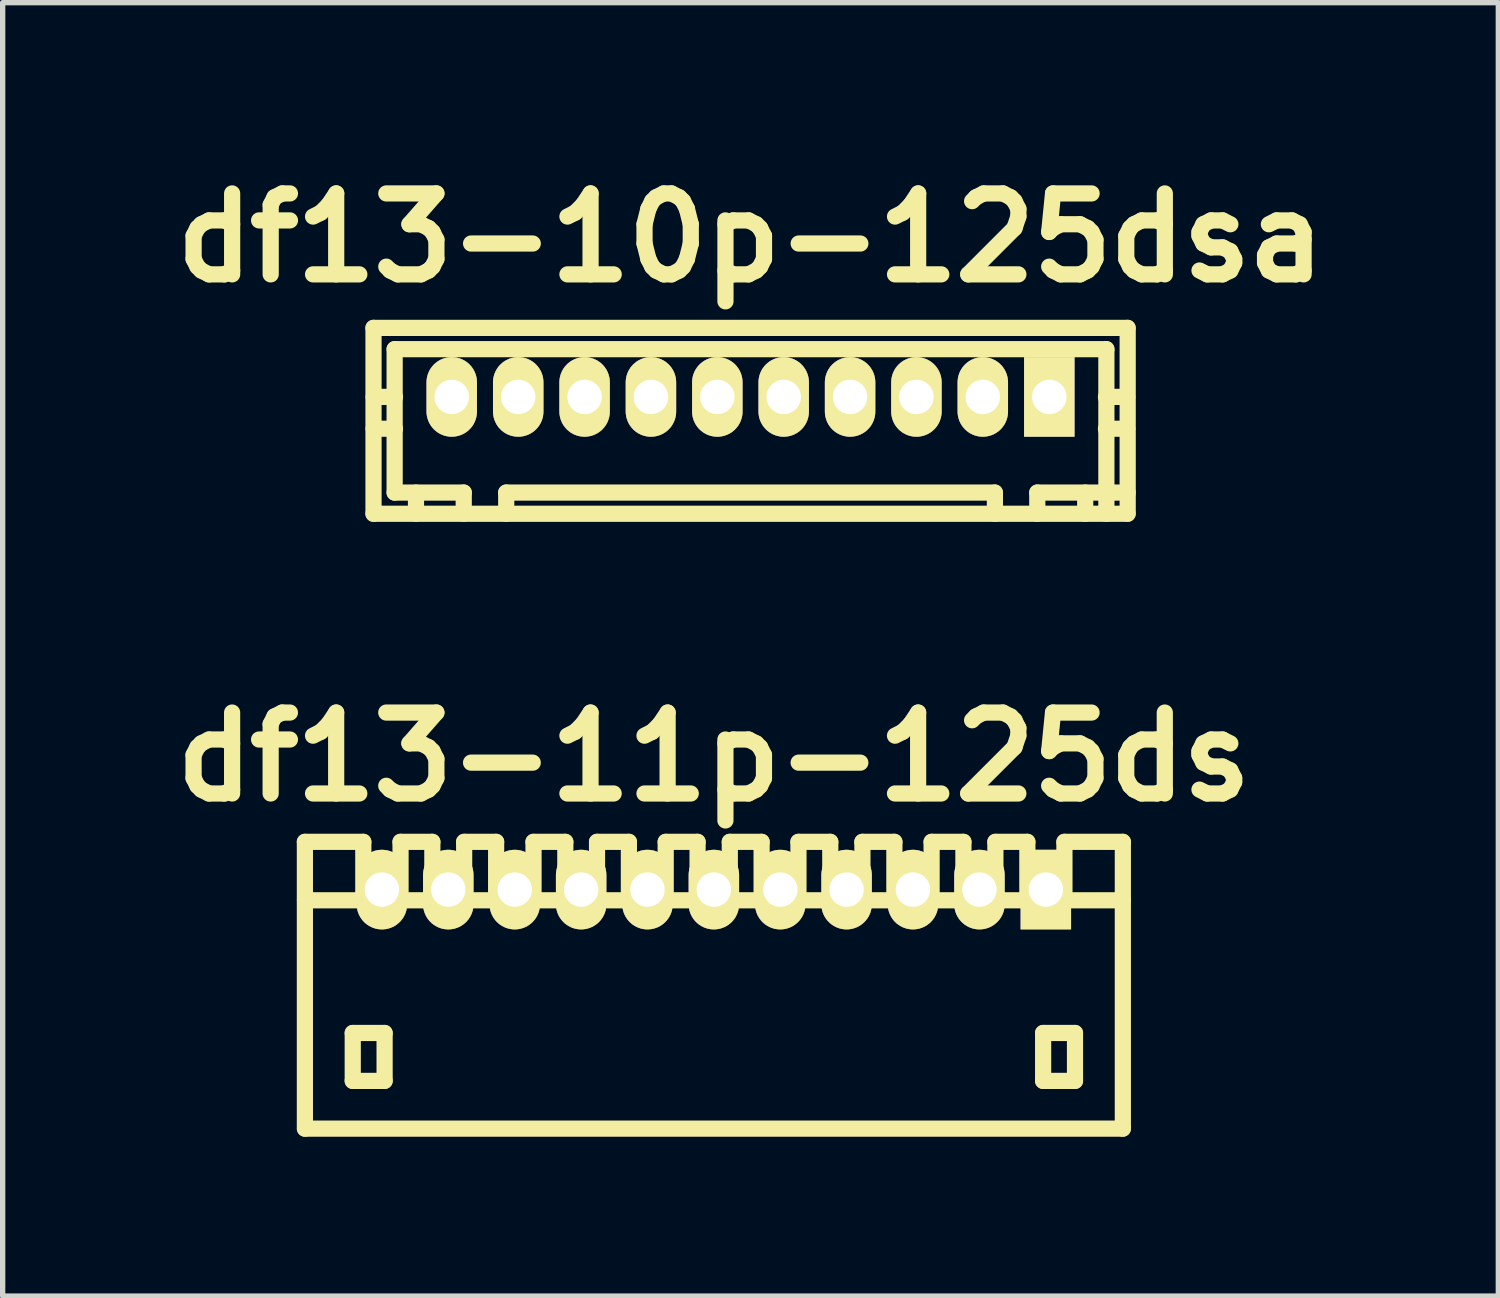
<source format=kicad_pcb>
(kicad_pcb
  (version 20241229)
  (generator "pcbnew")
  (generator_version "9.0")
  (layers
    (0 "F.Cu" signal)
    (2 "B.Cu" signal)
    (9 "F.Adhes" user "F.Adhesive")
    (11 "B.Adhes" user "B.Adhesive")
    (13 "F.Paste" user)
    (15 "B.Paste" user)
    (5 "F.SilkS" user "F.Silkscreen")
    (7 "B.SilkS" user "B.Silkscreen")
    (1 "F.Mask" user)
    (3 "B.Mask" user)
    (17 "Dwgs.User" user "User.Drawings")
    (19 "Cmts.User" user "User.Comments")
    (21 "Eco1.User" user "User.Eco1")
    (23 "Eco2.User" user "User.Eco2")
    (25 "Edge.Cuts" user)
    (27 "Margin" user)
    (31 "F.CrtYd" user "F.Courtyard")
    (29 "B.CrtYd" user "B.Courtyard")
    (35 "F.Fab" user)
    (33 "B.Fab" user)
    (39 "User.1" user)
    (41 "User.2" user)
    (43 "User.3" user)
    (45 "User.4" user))
  (footprint "df13-11p-125ds"
    (layer "F.Cu")
    (at 10.392 15.502)
    (property "Reference" "df13-11p-125ds" (at 0 -4.3 0) (layer "F.SilkS") (effects (font (size 1.524 1.524) (thickness 0.305))))
    (attr through_hole)
    (fp_line (start -7.701 2.7) (end -7.701 -2.7) (stroke (width 0.305) (type solid)) (layer "F.SilkS"))
    (fp_line (start -7.699 -1.6) (end 7.699 -1.6) (stroke (width 0.305) (type solid)) (layer "F.SilkS"))
    (fp_line (start -6.8 0.899) (end -6.8 1.801) (stroke (width 0.305) (type solid)) (layer "F.SilkS"))
    (fp_line (start -6.8 1.801) (end -6.2 1.801) (stroke (width 0.305) (type solid)) (layer "F.SilkS"))
    (fp_line (start -6.601 -2.7) (end -7.701 -2.7) (stroke (width 0.305) (type solid)) (layer "F.SilkS"))
    (fp_line (start -6.601 -1.6) (end -6.601 -2.7) (stroke (width 0.305) (type solid)) (layer "F.SilkS"))
    (fp_line (start -6.2 0.899) (end -6.8 0.899) (stroke (width 0.305) (type solid)) (layer "F.SilkS"))
    (fp_line (start -6.2 1.801) (end -6.2 0.899) (stroke (width 0.305) (type solid)) (layer "F.SilkS"))
    (fp_line (start -5.9 -2.7) (end -5.9 -1.6) (stroke (width 0.305) (type solid)) (layer "F.SilkS"))
    (fp_line (start -5.301 -2.7) (end -5.9 -2.7) (stroke (width 0.305) (type solid)) (layer "F.SilkS"))
    (fp_line (start -5.301 -1.6) (end -5.301 -2.7) (stroke (width 0.305) (type solid)) (layer "F.SilkS"))
    (fp_line (start -4.702 -2.7) (end -4.702 -1.6) (stroke (width 0.305) (type solid)) (layer "F.SilkS"))
    (fp_line (start -4.1 -2.7) (end -4.702 -2.7) (stroke (width 0.305) (type solid)) (layer "F.SilkS"))
    (fp_line (start -4.1 -2.7) (end -4.1 -1.6) (stroke (width 0.305) (type solid)) (layer "F.SilkS"))
    (fp_line (start -3.396 -2.7) (end -3.396 -1.6) (stroke (width 0.305) (type solid)) (layer "F.SilkS"))
    (fp_line (start -2.797 -2.7) (end -3.396 -2.7) (stroke (width 0.305) (type solid)) (layer "F.SilkS"))
    (fp_line (start -2.797 -2.7) (end -2.797 -1.6) (stroke (width 0.305) (type solid)) (layer "F.SilkS"))
    (fp_line (start -2.2 -2.7) (end -2.2 -1.6) (stroke (width 0.305) (type solid)) (layer "F.SilkS"))
    (fp_line (start -1.6 -2.7) (end -2.2 -2.7) (stroke (width 0.305) (type solid)) (layer "F.SilkS"))
    (fp_line (start -1.6 -1.6) (end -1.6 -2.7) (stroke (width 0.305) (type solid)) (layer "F.SilkS"))
    (fp_line (start -0.907 -1.6) (end -0.907 -2.7) (stroke (width 0.305) (type solid)) (layer "F.SilkS"))
    (fp_line (start -0.307 -2.7) (end -0.907 -2.7) (stroke (width 0.305) (type solid)) (layer "F.SilkS"))
    (fp_line (start -0.307 -1.6) (end -0.307 -2.7) (stroke (width 0.305) (type solid)) (layer "F.SilkS"))
    (fp_line (start 0.3 -2.7) (end 0.899 -2.7) (stroke (width 0.305) (type solid)) (layer "F.SilkS"))
    (fp_line (start 0.3 -1.6) (end 0.3 -2.7) (stroke (width 0.305) (type solid)) (layer "F.SilkS"))
    (fp_line (start 0.899 -2.7) (end 0.899 -1.6) (stroke (width 0.305) (type solid)) (layer "F.SilkS"))
    (fp_line (start 1.593 -2.7) (end 2.192 -2.7) (stroke (width 0.305) (type solid)) (layer "F.SilkS"))
    (fp_line (start 1.593 -1.6) (end 1.593 -2.7) (stroke (width 0.305) (type solid)) (layer "F.SilkS"))
    (fp_line (start 2.192 -2.7) (end 2.192 -1.6) (stroke (width 0.305) (type solid)) (layer "F.SilkS"))
    (fp_line (start 2.797 -2.7) (end 3.399 -2.7) (stroke (width 0.305) (type solid)) (layer "F.SilkS"))
    (fp_line (start 2.797 -1.6) (end 2.797 -2.7) (stroke (width 0.305) (type solid)) (layer "F.SilkS"))
    (fp_line (start 3.399 -2.7) (end 3.399 -1.6) (stroke (width 0.305) (type solid)) (layer "F.SilkS"))
    (fp_line (start 4.1 -2.7) (end 4.699 -2.7) (stroke (width 0.305) (type solid)) (layer "F.SilkS"))
    (fp_line (start 4.1 -1.6) (end 4.1 -2.7) (stroke (width 0.305) (type solid)) (layer "F.SilkS"))
    (fp_line (start 4.699 -2.7) (end 4.699 -1.6) (stroke (width 0.305) (type solid)) (layer "F.SilkS"))
    (fp_line (start 5.301 -2.7) (end 5.903 -2.7) (stroke (width 0.305) (type solid)) (layer "F.SilkS"))
    (fp_line (start 5.301 -1.6) (end 5.301 -2.7) (stroke (width 0.305) (type solid)) (layer "F.SilkS"))
    (fp_line (start 5.903 -2.7) (end 5.903 -1.6) (stroke (width 0.305) (type solid)) (layer "F.SilkS"))
    (fp_line (start 6.2 0.899) (end 6.8 0.899) (stroke (width 0.305) (type solid)) (layer "F.SilkS"))
    (fp_line (start 6.2 1.801) (end 6.2 0.899) (stroke (width 0.305) (type solid)) (layer "F.SilkS"))
    (fp_line (start 6.601 -1.6) (end 6.601 -2.7) (stroke (width 0.305) (type solid)) (layer "F.SilkS"))
    (fp_line (start 6.8 0.899) (end 6.8 1.801) (stroke (width 0.305) (type solid)) (layer "F.SilkS"))
    (fp_line (start 6.8 1.801) (end 6.2 1.801) (stroke (width 0.305) (type solid)) (layer "F.SilkS"))
    (fp_line (start 7.699 2.7) (end -7.699 2.7) (stroke (width 0.305) (type solid)) (layer "F.SilkS"))
    (fp_line (start 7.701 -2.7) (end 6.601 -2.7) (stroke (width 0.305) (type solid)) (layer "F.SilkS"))
    (fp_line (start 7.701 2.7) (end 7.701 -2.7) (stroke (width 0.305) (type solid)) (layer "F.SilkS"))
    (pad "1" thru_hole rect (at 6.251 -1.801) (size 0.95 1.499) (drill 0.648) (layers "*.Cu" "*.Mask" "F.SilkS"))
    (pad "2" thru_hole oval (at 5.001 -1.801) (size 0.95 1.499) (drill 0.648) (layers "*.Cu" "*.Mask" "F.SilkS"))
    (pad "3" thru_hole oval (at 3.749 -1.801) (size 0.95 1.499) (drill 0.648) (layers "*.Cu" "*.Mask" "F.SilkS"))
    (pad "4" thru_hole oval (at 2.499 -1.801) (size 0.95 1.499) (drill 0.648) (layers "*.Cu" "*.Mask" "F.SilkS"))
    (pad "5" thru_hole oval (at 1.25 -1.801) (size 0.95 1.499) (drill 0.648) (layers "*.Cu" "*.Mask" "F.SilkS"))
    (pad "6" thru_hole oval (at 0 -1.801) (size 0.95 1.499) (drill 0.648) (layers "*.Cu" "*.Mask" "F.SilkS"))
    (pad "7" thru_hole oval (at -1.25 -1.801) (size 0.95 1.499) (drill 0.648) (layers "*.Cu" "*.Mask" "F.SilkS"))
    (pad "8" thru_hole oval (at -2.499 -1.801) (size 0.95 1.499) (drill 0.648) (layers "*.Cu" "*.Mask" "F.SilkS"))
    (pad "9" thru_hole oval (at -3.749 -1.801) (size 0.95 1.499) (drill 0.648) (layers "*.Cu" "*.Mask" "F.SilkS"))
    (pad "10" thru_hole oval (at -5.001 -1.801) (size 0.95 1.499) (drill 0.648) (layers "*.Cu" "*.Mask" "F.SilkS"))
    (pad "11" thru_hole oval (at -6.251 -1.801) (size 0.95 1.499) (drill 0.648) (layers "*.Cu" "*.Mask" "F.SilkS")))
  (footprint "df13-10p-125dsa"
    (layer "F.Cu")
    (at 11.082 4.424)
    (property "Reference" "df13-10p-125dsa" (at 0 -2.997 0) (layer "F.SilkS") (effects (font (size 1.524 1.524) (thickness 0.305))))
    (attr through_hole)
    (fp_line (start -7.099 2.2) (end -7.099 -1.3) (stroke (width 0.305) (type solid)) (layer "F.SilkS"))
    (fp_line (start -6.701 -0.899) (end -6.701 1.801) (stroke (width 0.305) (type solid)) (layer "F.SilkS"))
    (fp_line (start -6.701 -0.899) (end 6.701 -0.899) (stroke (width 0.305) (type solid)) (layer "F.SilkS"))
    (fp_line (start -6.695 0) (end -7.097 0) (stroke (width 0.305) (type solid)) (layer "F.SilkS"))
    (fp_line (start -6.695 0.599) (end -7.097 0.599) (stroke (width 0.305) (type solid)) (layer "F.SilkS"))
    (fp_line (start -6.299 1.801) (end -6.299 2.2) (stroke (width 0.305) (type solid)) (layer "F.SilkS"))
    (fp_line (start -5.7 -0.099) (end -5.7 0.099) (stroke (width 0.305) (type solid)) (layer "F.SilkS"))
    (fp_line (start -5.7 0.099) (end -5.499 0.099) (stroke (width 0.305) (type solid)) (layer "F.SilkS"))
    (fp_line (start -5.499 -0.099) (end -5.7 -0.099) (stroke (width 0.305) (type solid)) (layer "F.SilkS"))
    (fp_line (start -5.499 0.099) (end -5.499 -0.099) (stroke (width 0.305) (type solid)) (layer "F.SilkS"))
    (fp_line (start -5.4 1.801) (end -6.701 1.801) (stroke (width 0.305) (type solid)) (layer "F.SilkS"))
    (fp_line (start -5.4 1.801) (end -5.4 2.2) (stroke (width 0.305) (type solid)) (layer "F.SilkS"))
    (fp_line (start -4.6 1.801) (end 4.6 1.801) (stroke (width 0.305) (type solid)) (layer "F.SilkS"))
    (fp_line (start -4.6 2.2) (end -4.6 1.801) (stroke (width 0.305) (type solid)) (layer "F.SilkS"))
    (fp_line (start -4.501 -0.099) (end -4.501 0.099) (stroke (width 0.305) (type solid)) (layer "F.SilkS"))
    (fp_line (start -4.501 0.099) (end -4.3 0.099) (stroke (width 0.305) (type solid)) (layer "F.SilkS"))
    (fp_line (start -4.3 -0.099) (end -4.501 -0.099) (stroke (width 0.305) (type solid)) (layer "F.SilkS"))
    (fp_line (start -4.3 0.099) (end -4.3 -0.099) (stroke (width 0.305) (type solid)) (layer "F.SilkS"))
    (fp_line (start -3.2 -0.099) (end -3.2 0.099) (stroke (width 0.305) (type solid)) (layer "F.SilkS"))
    (fp_line (start -3.2 0.099) (end -3 0.099) (stroke (width 0.305) (type solid)) (layer "F.SilkS"))
    (fp_line (start -3 -0.099) (end -3.2 -0.099) (stroke (width 0.305) (type solid)) (layer "F.SilkS"))
    (fp_line (start -3 0.099) (end -3 -0.099) (stroke (width 0.305) (type solid)) (layer "F.SilkS"))
    (fp_line (start -1.999 -0.099) (end -1.999 0.099) (stroke (width 0.305) (type solid)) (layer "F.SilkS"))
    (fp_line (start -1.999 0.099) (end -1.801 0.099) (stroke (width 0.305) (type solid)) (layer "F.SilkS"))
    (fp_line (start -1.801 -0.099) (end -1.999 -0.099) (stroke (width 0.305) (type solid)) (layer "F.SilkS"))
    (fp_line (start -1.801 0.099) (end -1.801 -0.099) (stroke (width 0.305) (type solid)) (layer "F.SilkS"))
    (fp_line (start -0.701 -0.099) (end -0.701 0.099) (stroke (width 0.305) (type solid)) (layer "F.SilkS"))
    (fp_line (start -0.701 0.099) (end -0.5 0.099) (stroke (width 0.305) (type solid)) (layer "F.SilkS"))
    (fp_line (start -0.5 -0.099) (end -0.701 -0.099) (stroke (width 0.305) (type solid)) (layer "F.SilkS"))
    (fp_line (start -0.5 0.099) (end -0.5 -0.099) (stroke (width 0.305) (type solid)) (layer "F.SilkS"))
    (fp_line (start 0.5 -0.099) (end 0.701 -0.099) (stroke (width 0.305) (type solid)) (layer "F.SilkS"))
    (fp_line (start 0.5 0.099) (end 0.5 -0.099) (stroke (width 0.305) (type solid)) (layer "F.SilkS"))
    (fp_line (start 0.701 -0.099) (end 0.701 0.099) (stroke (width 0.305) (type solid)) (layer "F.SilkS"))
    (fp_line (start 0.701 0.099) (end 0.5 0.099) (stroke (width 0.305) (type solid)) (layer "F.SilkS"))
    (fp_line (start 1.801 -0.099) (end 1.999 -0.099) (stroke (width 0.305) (type solid)) (layer "F.SilkS"))
    (fp_line (start 1.801 0.099) (end 1.801 -0.099) (stroke (width 0.305) (type solid)) (layer "F.SilkS"))
    (fp_line (start 1.999 -0.099) (end 1.999 0.099) (stroke (width 0.305) (type solid)) (layer "F.SilkS"))
    (fp_line (start 1.999 0.099) (end 1.801 0.099) (stroke (width 0.305) (type solid)) (layer "F.SilkS"))
    (fp_line (start 3 -0.099) (end 3.2 -0.099) (stroke (width 0.305) (type solid)) (layer "F.SilkS"))
    (fp_line (start 3 0.099) (end 3 -0.099) (stroke (width 0.305) (type solid)) (layer "F.SilkS"))
    (fp_line (start 3.2 -0.099) (end 3.2 0.099) (stroke (width 0.305) (type solid)) (layer "F.SilkS"))
    (fp_line (start 3.2 0.099) (end 3 0.099) (stroke (width 0.305) (type solid)) (layer "F.SilkS"))
    (fp_line (start 4.3 -0.099) (end 4.501 -0.099) (stroke (width 0.305) (type solid)) (layer "F.SilkS"))
    (fp_line (start 4.3 0.099) (end 4.3 -0.099) (stroke (width 0.305) (type solid)) (layer "F.SilkS"))
    (fp_line (start 4.501 -0.099) (end 4.501 0.099) (stroke (width 0.305) (type solid)) (layer "F.SilkS"))
    (fp_line (start 4.501 0.099) (end 4.3 0.099) (stroke (width 0.305) (type solid)) (layer "F.SilkS"))
    (fp_line (start 4.602 2.2) (end 4.602 1.801) (stroke (width 0.305) (type solid)) (layer "F.SilkS"))
    (fp_line (start 5.4 1.801) (end 5.4 2.2) (stroke (width 0.305) (type solid)) (layer "F.SilkS"))
    (fp_line (start 5.4 1.801) (end 7.102 1.801) (stroke (width 0.305) (type solid)) (layer "F.SilkS"))
    (fp_line (start 5.499 -0.099) (end 5.7 -0.099) (stroke (width 0.305) (type solid)) (layer "F.SilkS"))
    (fp_line (start 5.499 0.099) (end 5.499 -0.099) (stroke (width 0.305) (type solid)) (layer "F.SilkS"))
    (fp_line (start 5.7 -0.099) (end 5.7 0.099) (stroke (width 0.305) (type solid)) (layer "F.SilkS"))
    (fp_line (start 5.7 0.099) (end 5.499 0.099) (stroke (width 0.305) (type solid)) (layer "F.SilkS"))
    (fp_line (start 6.302 1.801) (end 6.302 2.2) (stroke (width 0.305) (type solid)) (layer "F.SilkS"))
    (fp_line (start 6.693 0) (end 7.094 0) (stroke (width 0.305) (type solid)) (layer "F.SilkS"))
    (fp_line (start 6.701 -0.899) (end 6.701 2.2) (stroke (width 0.305) (type solid)) (layer "F.SilkS"))
    (fp_line (start 7.094 0.599) (end 6.693 0.599) (stroke (width 0.305) (type solid)) (layer "F.SilkS"))
    (fp_line (start 7.099 -1.3) (end -7.099 -1.3) (stroke (width 0.305) (type solid)) (layer "F.SilkS"))
    (fp_line (start 7.099 2.2) (end -7.099 2.2) (stroke (width 0.305) (type solid)) (layer "F.SilkS"))
    (fp_line (start 7.102 -1.3) (end 7.102 2.2) (stroke (width 0.305) (type solid)) (layer "F.SilkS"))
    (pad "1" thru_hole rect (at 5.626 0) (size 0.95 1.499) (drill 0.648) (layers "*.Cu" "*.Mask" "F.SilkS"))
    (pad "2" thru_hole oval (at 4.374 0) (size 0.95 1.499) (drill 0.648) (layers "*.Cu" "*.Mask" "F.SilkS"))
    (pad "3" thru_hole oval (at 3.124 0) (size 0.95 1.499) (drill 0.648) (layers "*.Cu" "*.Mask" "F.SilkS"))
    (pad "4" thru_hole oval (at 1.875 0) (size 0.95 1.499) (drill 0.648) (layers "*.Cu" "*.Mask" "F.SilkS"))
    (pad "5" thru_hole oval (at 0.625 0) (size 0.95 1.499) (drill 0.648) (layers "*.Cu" "*.Mask" "F.SilkS"))
    (pad "6" thru_hole oval (at -0.625 0) (size 0.95 1.499) (drill 0.648) (layers "*.Cu" "*.Mask" "F.SilkS"))
    (pad "7" thru_hole oval (at -1.875 0) (size 0.95 1.499) (drill 0.648) (layers "*.Cu" "*.Mask" "F.SilkS"))
    (pad "8" thru_hole oval (at -3.124 0) (size 0.95 1.499) (drill 0.648) (layers "*.Cu" "*.Mask" "F.SilkS"))
    (pad "9" thru_hole oval (at -4.374 0) (size 0.95 1.499) (drill 0.648) (layers "*.Cu" "*.Mask" "F.SilkS"))
    (pad "10" thru_hole oval (at -5.626 0) (size 0.95 1.499) (drill 0.648) (layers "*.Cu" "*.Mask" "F.SilkS")))
  (gr_rect
    (start -3 -3)
    (end 25.163 21.355)
    (stroke (width 0.1) (type default))
    (fill no)
    (layer "Edge.Cuts")))
</source>
